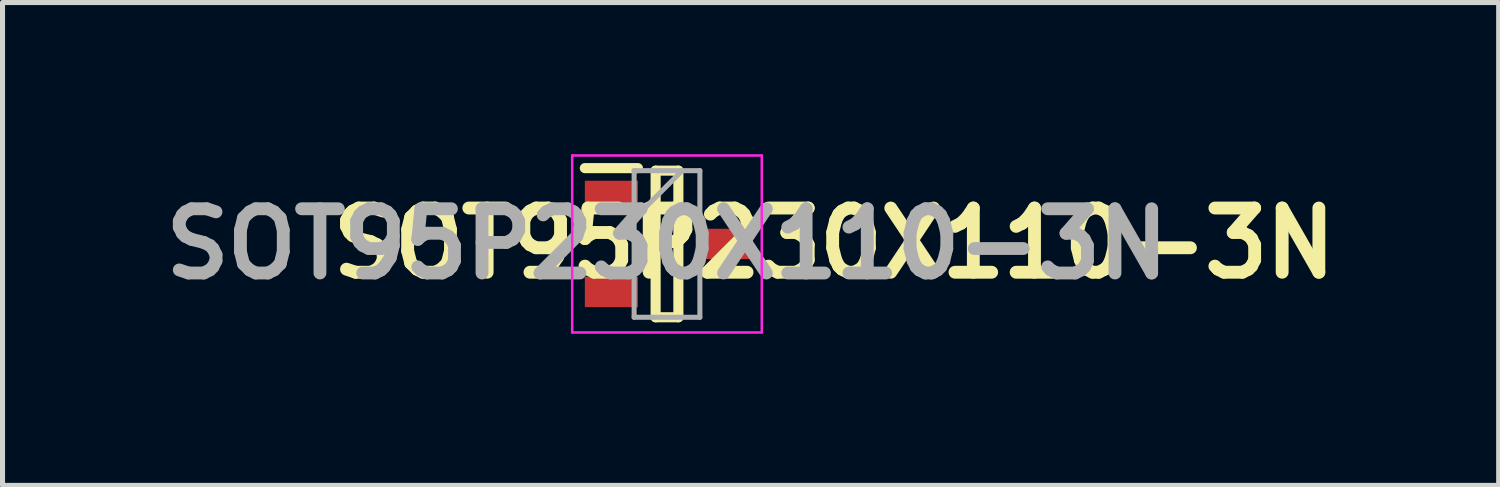
<source format=kicad_pcb>
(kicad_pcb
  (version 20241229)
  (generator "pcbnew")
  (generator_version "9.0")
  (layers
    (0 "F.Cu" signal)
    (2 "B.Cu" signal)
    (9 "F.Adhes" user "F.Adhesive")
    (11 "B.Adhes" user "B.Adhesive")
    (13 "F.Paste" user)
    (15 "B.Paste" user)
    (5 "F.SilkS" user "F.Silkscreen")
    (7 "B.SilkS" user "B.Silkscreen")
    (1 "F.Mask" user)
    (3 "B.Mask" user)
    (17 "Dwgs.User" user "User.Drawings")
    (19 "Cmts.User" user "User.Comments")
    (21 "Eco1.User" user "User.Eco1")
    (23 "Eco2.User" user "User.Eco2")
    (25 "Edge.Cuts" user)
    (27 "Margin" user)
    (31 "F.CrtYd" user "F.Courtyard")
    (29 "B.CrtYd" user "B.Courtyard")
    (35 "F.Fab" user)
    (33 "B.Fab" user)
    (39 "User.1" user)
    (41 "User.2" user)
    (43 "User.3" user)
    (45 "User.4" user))
  (footprint "SOT95P230X110-3N"
    (layer "F.Cu")
    (at 10.142 1.775)
    (property "Reference" "SOT95P230X110-3N" (at 3.307 -0.015 180) (layer "F.SilkS") (effects (font (size 1.27 1.27) (thickness 0.254))))
    (attr smd)
    (fp_line (start -1.625 -1.5) (end -0.575 -1.5) (stroke (width 0.2) (type solid)) (layer "F.SilkS"))
    (fp_line (start -0.225 -1.45) (end 0.225 -1.45) (stroke (width 0.2) (type solid)) (layer "F.SilkS"))
    (fp_line (start -0.225 1.45) (end -0.225 -1.45) (stroke (width 0.2) (type solid)) (layer "F.SilkS"))
    (fp_line (start 0.225 -1.45) (end 0.225 1.45) (stroke (width 0.2) (type solid)) (layer "F.SilkS"))
    (fp_line (start 0.225 1.45) (end -0.225 1.45) (stroke (width 0.2) (type solid)) (layer "F.SilkS"))
    (fp_line (start -1.875 -1.75) (end 1.875 -1.75) (stroke (width 0.05) (type solid)) (layer "F.CrtYd"))
    (fp_line (start -1.875 1.75) (end -1.875 -1.75) (stroke (width 0.05) (type solid)) (layer "F.CrtYd"))
    (fp_line (start 1.875 -1.75) (end 1.875 1.75) (stroke (width 0.05) (type solid)) (layer "F.CrtYd"))
    (fp_line (start 1.875 1.75) (end -1.875 1.75) (stroke (width 0.05) (type solid)) (layer "F.CrtYd"))
    (fp_line (start -0.65 -1.45) (end 0.65 -1.45) (stroke (width 0.1) (type solid)) (layer "F.Fab"))
    (fp_line (start -0.65 -0.5) (end 0.3 -1.45) (stroke (width 0.1) (type solid)) (layer "F.Fab"))
    (fp_line (start -0.65 1.45) (end -0.65 -1.45) (stroke (width 0.1) (type solid)) (layer "F.Fab"))
    (fp_line (start 0.65 -1.45) (end 0.65 1.45) (stroke (width 0.1) (type solid)) (layer "F.Fab"))
    (fp_line (start 0.65 1.45) (end -0.65 1.45) (stroke (width 0.1) (type solid)) (layer "F.Fab"))
    (fp_text user "${REFERENCE}" (at 0 0 180) (layer "F.Fab") (effects (font (size 1.27 1.27) (thickness 0.254))))
    (pad "1" smd rect (at -1.1 -0.95 90) (size 0.6 1.05) (layers "F.Cu" "F.Mask" "F.Paste"))
    (pad "2" smd rect (at -1.1 0.95 90) (size 0.6 1.05) (layers "F.Cu" "F.Mask" "F.Paste"))
    (pad "3" smd rect (at 1.1 0 90) (size 0.6 1.05) (layers "F.Cu" "F.Mask" "F.Paste")))
  (gr_rect
    (start -3 -3)
    (end 26.591 6.55)
    (stroke (width 0.1) (type default))
    (fill no)
    (layer "Edge.Cuts")))
</source>
